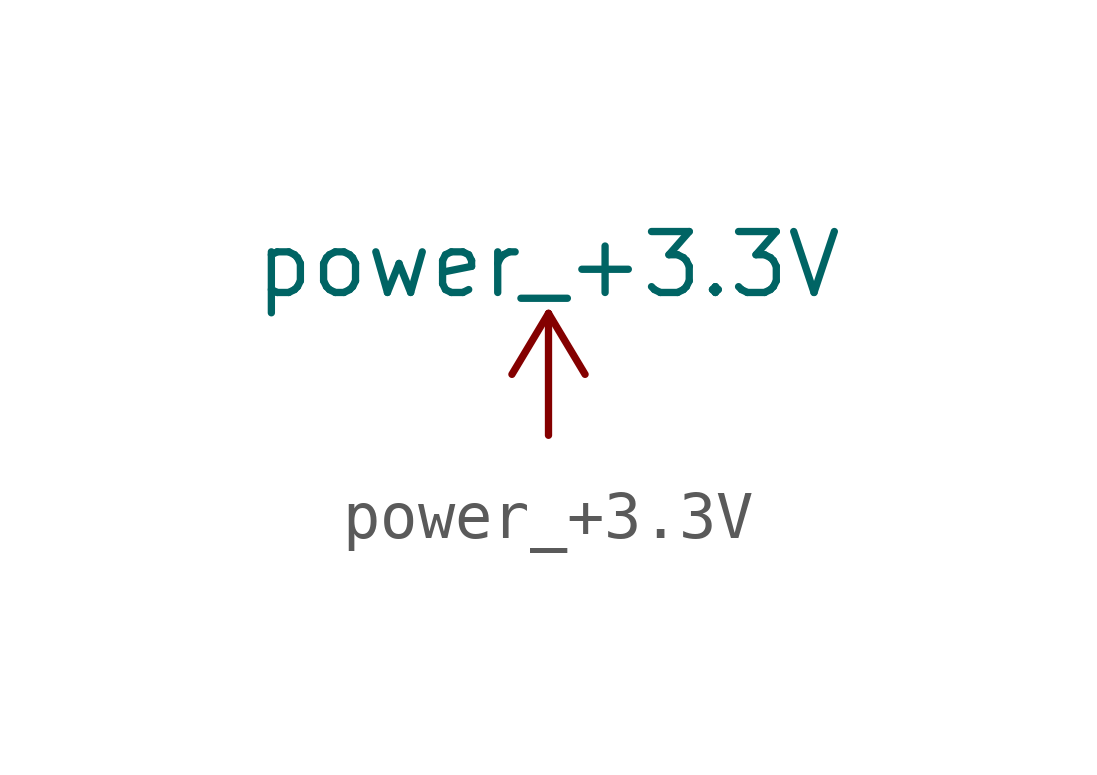
<source format=kicad_sym>
(kicad_symbol_lib
  (version 20231120)
  (generator "kicad_symbol_editor")
  (generator_version "8.0")
  (symbol "power_+3.3V"
    (power)
    (pin_names
      (offset 0))
    (property "Reference" "#PWR"
      (at 0 -3.81 0)
      (effects (font (size 1.27 1.27)) (hide yes)))
    (property "Value" "power_+3.3V"
      (at 0 3.556 0)
      (effects (font (size 1.27 1.27))))
    (symbol "power_+3.3V_0_1"
      (polyline (pts (xy -0.762 1.27) (xy 0 2.54)) (stroke (width 0) (type solid)) (fill (type none)))
      (polyline (pts (xy 0 0) (xy 0 2.54)) (stroke (width 0) (type solid)) (fill (type none)))
      (polyline (pts (xy 0 2.54) (xy 0.762 1.27)) (stroke (width 0) (type solid)) (fill (type none))))
    (symbol "power_+3.3V_1_1"
      (pin power_in line (at 0 0 90) (length 0) hide (name "+3V3" (effects (font (size 1.27 1.27)))) (number "1" (effects (font (size 1.27 1.27))))))))
</source>
